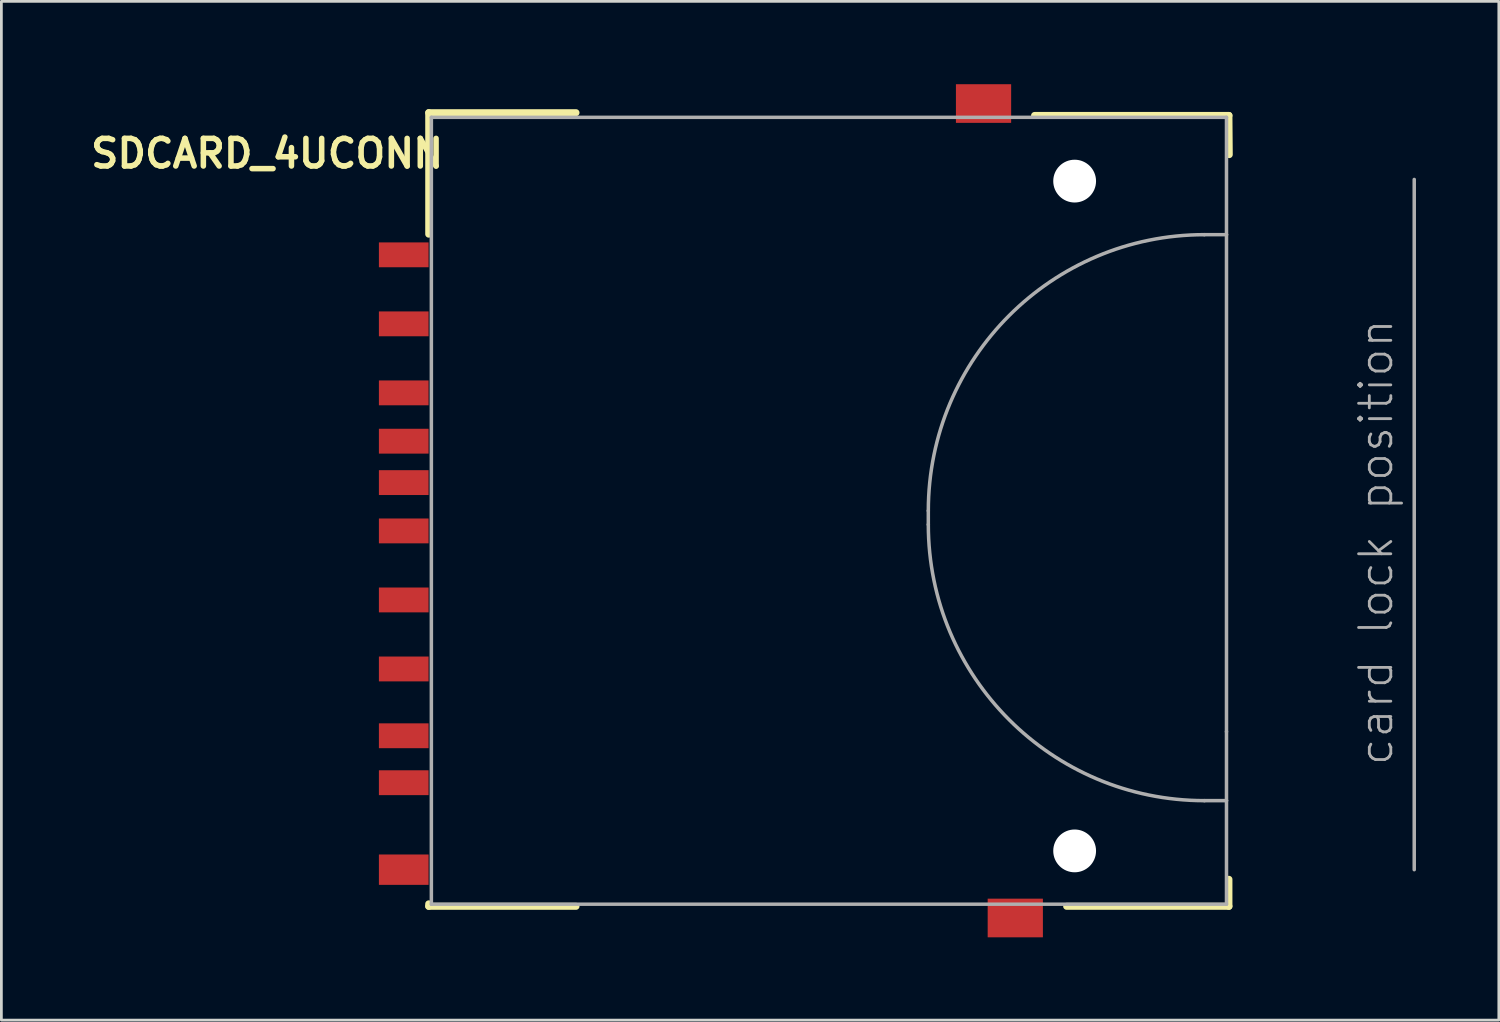
<source format=kicad_pcb>
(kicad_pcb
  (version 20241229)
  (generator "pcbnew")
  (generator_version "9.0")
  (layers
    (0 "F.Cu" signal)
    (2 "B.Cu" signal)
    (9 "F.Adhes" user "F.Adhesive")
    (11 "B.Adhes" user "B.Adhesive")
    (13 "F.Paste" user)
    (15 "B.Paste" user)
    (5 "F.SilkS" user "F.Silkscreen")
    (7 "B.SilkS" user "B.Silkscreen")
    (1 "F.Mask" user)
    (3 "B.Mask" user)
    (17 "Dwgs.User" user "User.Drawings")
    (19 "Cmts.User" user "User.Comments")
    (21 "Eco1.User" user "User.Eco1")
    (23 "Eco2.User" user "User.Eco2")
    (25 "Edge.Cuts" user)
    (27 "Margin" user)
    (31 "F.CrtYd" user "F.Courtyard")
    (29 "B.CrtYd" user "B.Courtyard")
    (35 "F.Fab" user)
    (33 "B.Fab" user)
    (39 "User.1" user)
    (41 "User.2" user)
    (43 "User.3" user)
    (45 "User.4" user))
  (footprint "SDCARD_4UCONN"
    (layer "F.Cu")
    (at 12.574 15.45)
    (property "Reference" "SDCARD_4UCONN" (at 0.54 -12.94 180) (layer "F.SilkS") (effects (font (size 1 1) (thickness 0.2) (bold yes)) (justify right)))
    (fp_line (start -0.095 -14.418) (end 5.239 -14.418) (stroke (width 0.254) (type solid)) (layer "F.SilkS"))
    (fp_line (start -0.095 -10.019) (end -0.095 -14.418) (stroke (width 0.254) (type solid)) (layer "F.SilkS"))
    (fp_line (start -0.095 14.238) (end -0.095 14.327) (stroke (width 0.254) (type solid)) (layer "F.SilkS"))
    (fp_line (start -0.095 14.327) (end 5.239 14.327) (stroke (width 0.254) (type solid)) (layer "F.SilkS"))
    (fp_line (start 21.849 -14.318) (end 28.888 -14.318) (stroke (width 0.254) (type solid)) (layer "F.SilkS"))
    (fp_line (start 23.011 14.327) (end 28.888 14.327) (stroke (width 0.254) (type solid)) (layer "F.SilkS"))
    (fp_line (start 28.888 -14.318) (end 28.9 -12.9) (stroke (width 0.254) (type solid)) (layer "F.SilkS"))
    (fp_line (start 28.888 14.327) (end 28.888 13.349) (stroke (width 0.254) (type solid)) (layer "F.SilkS"))
    (fp_line (start 0 -14.25) (end 28.8 -14.25) (stroke (width 0.127) (type solid)) (layer "F.Fab"))
    (fp_line (start 0 14.25) (end 0 -14.25) (stroke (width 0.127) (type solid)) (layer "F.Fab"))
    (fp_line (start 18 0) (end 18 0.5) (stroke (width 0.127) (type solid)) (layer "F.Fab"))
    (fp_line (start 28 10.5) (end 28.8 10.5) (stroke (width 0.127) (type solid)) (layer "F.Fab"))
    (fp_line (start 28.8 -14.25) (end 28.8 -10) (stroke (width 0.127) (type solid)) (layer "F.Fab"))
    (fp_line (start 28.8 -10) (end 28 -10) (stroke (width 0.127) (type solid)) (layer "F.Fab"))
    (fp_line (start 28.8 -10) (end 28.8 8) (stroke (width 0.127) (type solid)) (layer "F.Fab"))
    (fp_line (start 28.8 8) (end 28.8 10.5) (stroke (width 0.127) (type solid)) (layer "F.Fab"))
    (fp_line (start 28.8 10.5) (end 28.8 14.25) (stroke (width 0.127) (type solid)) (layer "F.Fab"))
    (fp_line (start 28.8 14.25) (end 0 14.25) (stroke (width 0.127) (type solid)) (layer "F.Fab"))
    (fp_line (start 35.6 -12) (end 35.6 13) (stroke (width 0.127) (type solid)) (layer "F.Fab"))
    (fp_arc (start 18 0) (mid 20.928932 -7.071068) (end 28 -10) (stroke (width 0.127) (type solid)) (layer "F.Fab"))
    (fp_arc (start 28 10.5) (mid 20.928931 7.571068) (end 17.999999 0.499999) (stroke (width 0.127) (type solid)) (layer "F.Fab"))
    (fp_text user "card lock position" (at 34.9 9.3 90) (layer "F.Fab") (effects (font (size 1.168 1.168) (thickness 0.102)) (justify left bottom)))
    (pad "" np_thru_hole circle (at 23.3 -11.94) (size 1.55 1.55) (drill 1.55) (layers "*.Cu" "*.Mask"))
    (pad "" np_thru_hole circle (at 23.3 12.32) (size 1.55 1.55) (drill 1.55) (layers "*.Cu" "*.Mask"))
    (pad "1" smd rect (at -1 -6.77) (size 1.8 0.9) (layers "F.Cu" "F.Mask" "F.Paste"))
    (pad "2" smd rect (at -1 -4.27) (size 1.8 0.9) (layers "F.Cu" "F.Mask" "F.Paste"))
    (pad "3" smd rect (at -1 -2.52) (size 1.8 0.9) (layers "F.Cu" "F.Mask" "F.Paste"))
    (pad "4" smd rect (at -1 0.73) (size 1.8 0.9) (layers "F.Cu" "F.Mask" "F.Paste"))
    (pad "5" smd rect (at -1 3.23) (size 1.8 0.9) (layers "F.Cu" "F.Mask" "F.Paste"))
    (pad "6" smd rect (at -1 5.73) (size 1.8 0.9) (layers "F.Cu" "F.Mask" "F.Paste"))
    (pad "7" smd rect (at -1 8.15) (size 1.8 0.9) (layers "F.Cu" "F.Mask" "F.Paste"))
    (pad "8" smd rect (at -1 9.85) (size 1.8 0.9) (layers "F.Cu" "F.Mask" "F.Paste"))
    (pad "9" smd rect (at -1 -9.27) (size 1.8 0.9) (layers "F.Cu" "F.Mask" "F.Paste"))
    (pad "10" smd rect (at -1 -1.02) (size 1.8 0.9) (layers "F.Cu" "F.Mask" "F.Paste"))
    (pad "11" smd rect (at -1 13) (size 1.8 1.1) (layers "F.Cu" "F.Mask" "F.Paste"))
    (pad "12" smd rect (at 20 -14.75) (size 2 1.4) (layers "F.Cu" "F.Mask" "F.Paste"))
    (pad "13" smd rect (at 21.15 14.75) (size 2 1.4) (layers "F.Cu" "F.Mask" "F.Paste")))
  (gr_rect
    (start -3 -3)
    (end 51.238 33.9)
    (stroke (width 0.1) (type default))
    (fill no)
    (layer "Edge.Cuts")))
</source>
